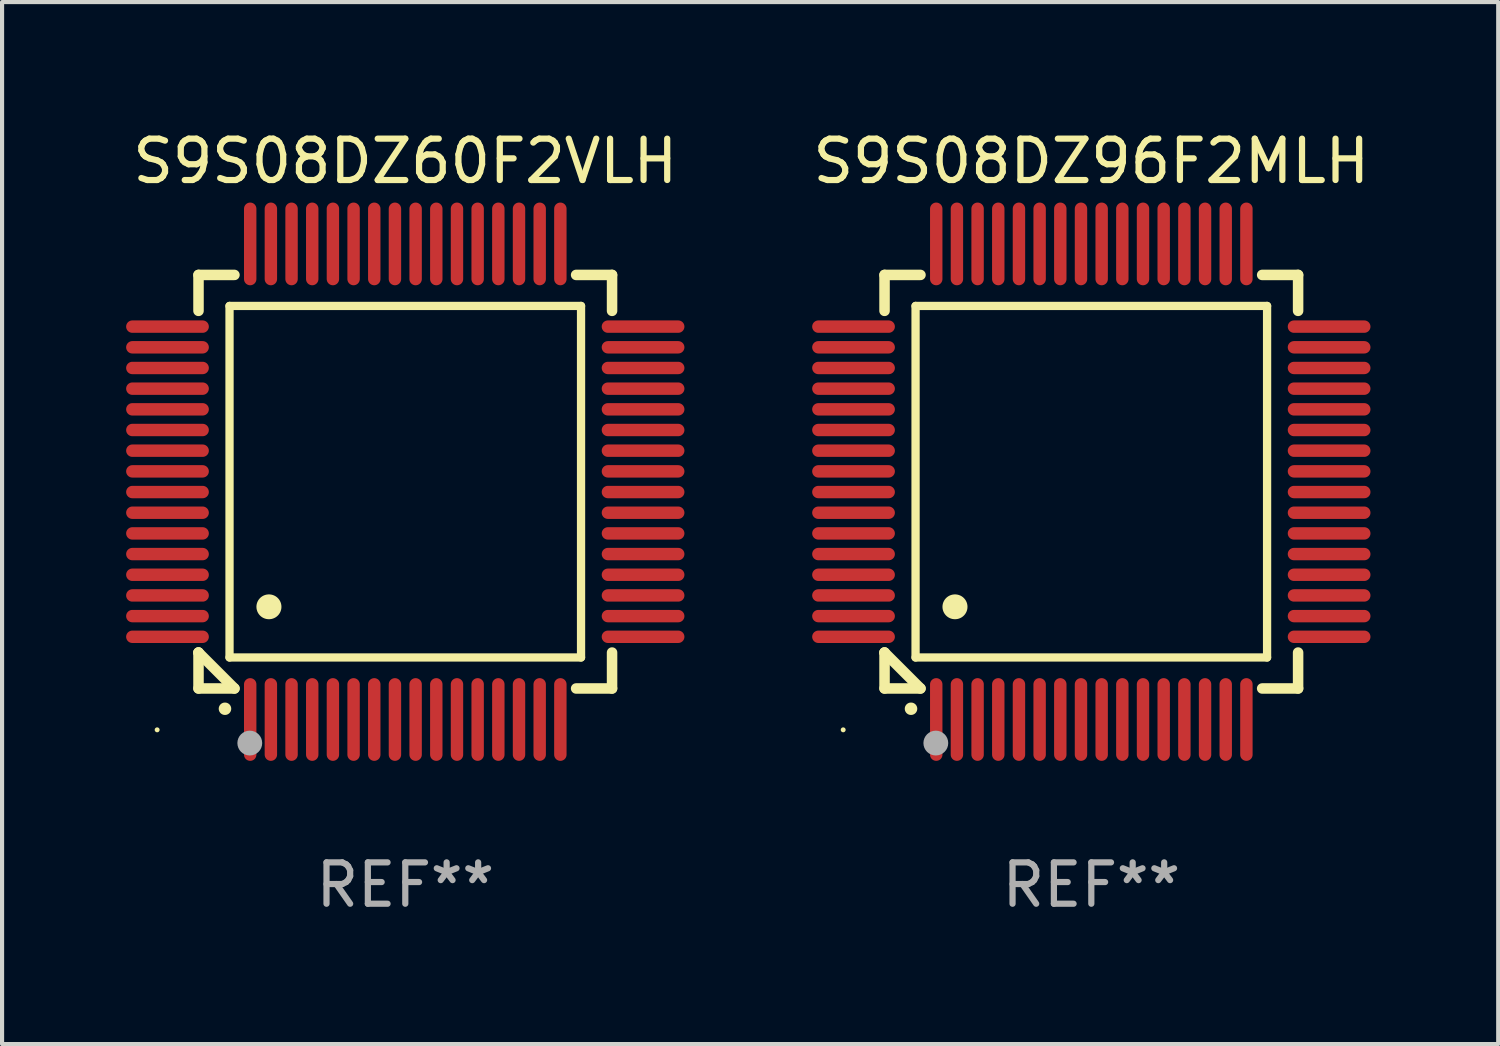
<source format=kicad_pcb>
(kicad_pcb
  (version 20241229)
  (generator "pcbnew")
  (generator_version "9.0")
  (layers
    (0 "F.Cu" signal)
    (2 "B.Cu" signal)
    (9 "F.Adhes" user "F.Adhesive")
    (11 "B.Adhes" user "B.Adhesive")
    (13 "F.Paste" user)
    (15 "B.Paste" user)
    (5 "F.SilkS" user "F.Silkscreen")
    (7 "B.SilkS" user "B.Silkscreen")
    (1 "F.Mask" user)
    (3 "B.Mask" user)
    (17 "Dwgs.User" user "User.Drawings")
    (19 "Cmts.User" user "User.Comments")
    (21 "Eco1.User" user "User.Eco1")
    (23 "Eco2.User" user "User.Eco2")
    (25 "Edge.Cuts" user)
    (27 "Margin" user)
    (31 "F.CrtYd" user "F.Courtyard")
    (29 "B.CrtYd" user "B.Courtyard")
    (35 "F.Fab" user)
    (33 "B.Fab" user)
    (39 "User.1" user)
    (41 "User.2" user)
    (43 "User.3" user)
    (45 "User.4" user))
  (footprint "S9S08DZ96F2MLH"
    (layer "F.Cu")
    (at 23.339 8.598)
    (property "Reference" "S9S08DZ96F2MLH" (at 0 -7.75 0) (layer "F.SilkS") (effects (font (size 1 1) (thickness 0.15))))
    (attr through_hole)
    (fp_line (start -5 -5) (end -4.131 -5) (stroke (width 0.254) (type solid)) (layer "F.SilkS"))
    (fp_line (start -5 -4.131) (end -5 -5) (stroke (width 0.254) (type solid)) (layer "F.SilkS"))
    (fp_line (start -5 4.131) (end -5 4.131) (stroke (width 0.254) (type solid)) (layer "F.SilkS"))
    (fp_line (start -5 5) (end -5 4.131) (stroke (width 0.254) (type solid)) (layer "F.SilkS"))
    (fp_line (start -5 4.131) (end -4.131 5) (stroke (width 0.254) (type solid)) (layer "F.SilkS"))
    (fp_line (start -4.25 -4.25) (end -4.25 4.25) (stroke (width 0.2) (type solid)) (layer "F.SilkS"))
    (fp_line (start -4.25 4.25) (end 4.25 4.25) (stroke (width 0.2) (type solid)) (layer "F.SilkS"))
    (fp_line (start -4.131 5) (end -5 5) (stroke (width 0.254) (type solid)) (layer "F.SilkS"))
    (fp_line (start 4.25 -4.25) (end -4.25 -4.25) (stroke (width 0.2) (type solid)) (layer "F.SilkS"))
    (fp_line (start 4.25 4.25) (end 4.25 -4.25) (stroke (width 0.2) (type solid)) (layer "F.SilkS"))
    (fp_line (start 5 -5) (end 4.131 -5) (stroke (width 0.254) (type solid)) (layer "F.SilkS"))
    (fp_line (start 5 -5) (end 5 -4.131) (stroke (width 0.254) (type solid)) (layer "F.SilkS"))
    (fp_line (start 5 4.131) (end 5 5) (stroke (width 0.254) (type solid)) (layer "F.SilkS"))
    (fp_line (start 5 5) (end 4.131 5) (stroke (width 0.254) (type solid)) (layer "F.SilkS"))
    (fp_arc (start -4.361265 5.489992) (mid -4.359995 5.489987) (end -4.358725 5.489992) (stroke (width 0.3) (type solid)) (layer "F.SilkS"))
    (fp_arc (start -3.299467 3.025146) (mid -3.296927 3.025135) (end -3.294387 3.025146) (stroke (width 0.6) (type solid)) (layer "F.SilkS"))
    (fp_circle (center -6 6) (end -5.97 6) (stroke (width 0.06) (type solid)) (fill no) (layer "F.SilkS"))
    (fp_circle (center -3.76 6.32) (end -3.61 6.32) (stroke (width 0.3) (type solid)) (fill no) (layer "F.Fab"))
    (fp_text user "REF**" (at 0 9.75 0) (layer "F.Fab") (effects (font (size 1 1) (thickness 0.15))))
    (pad "1" smd oval (at -3.75 5.75) (size 0.3 2) (layers "F.Cu" "F.Mask" "F.Paste"))
    (pad "2" smd oval (at -3.25 5.75) (size 0.3 2) (layers "F.Cu" "F.Mask" "F.Paste"))
    (pad "3" smd oval (at -2.75 5.75) (size 0.3 2) (layers "F.Cu" "F.Mask" "F.Paste"))
    (pad "4" smd oval (at -2.25 5.75) (size 0.3 2) (layers "F.Cu" "F.Mask" "F.Paste"))
    (pad "5" smd oval (at -1.75 5.75) (size 0.3 2) (layers "F.Cu" "F.Mask" "F.Paste"))
    (pad "6" smd oval (at -1.25 5.75) (size 0.3 2) (layers "F.Cu" "F.Mask" "F.Paste"))
    (pad "7" smd oval (at -0.75 5.75) (size 0.3 2) (layers "F.Cu" "F.Mask" "F.Paste"))
    (pad "8" smd oval (at -0.25 5.75) (size 0.3 2) (layers "F.Cu" "F.Mask" "F.Paste"))
    (pad "9" smd oval (at 0.25 5.75) (size 0.3 2) (layers "F.Cu" "F.Mask" "F.Paste"))
    (pad "10" smd oval (at 0.75 5.75) (size 0.3 2) (layers "F.Cu" "F.Mask" "F.Paste"))
    (pad "11" smd oval (at 1.25 5.75) (size 0.3 2) (layers "F.Cu" "F.Mask" "F.Paste"))
    (pad "12" smd oval (at 1.75 5.75) (size 0.3 2) (layers "F.Cu" "F.Mask" "F.Paste"))
    (pad "13" smd oval (at 2.25 5.75) (size 0.3 2) (layers "F.Cu" "F.Mask" "F.Paste"))
    (pad "14" smd oval (at 2.75 5.75) (size 0.3 2) (layers "F.Cu" "F.Mask" "F.Paste"))
    (pad "15" smd oval (at 3.25 5.75) (size 0.3 2) (layers "F.Cu" "F.Mask" "F.Paste"))
    (pad "16" smd oval (at 3.75 5.75) (size 0.3 2) (layers "F.Cu" "F.Mask" "F.Paste"))
    (pad "17" smd oval (at 5.75 3.75) (size 2 0.3) (layers "F.Cu" "F.Mask" "F.Paste"))
    (pad "18" smd oval (at 5.75 3.25) (size 2 0.3) (layers "F.Cu" "F.Mask" "F.Paste"))
    (pad "19" smd oval (at 5.75 2.75) (size 2 0.3) (layers "F.Cu" "F.Mask" "F.Paste"))
    (pad "20" smd oval (at 5.75 2.25) (size 2 0.3) (layers "F.Cu" "F.Mask" "F.Paste"))
    (pad "21" smd oval (at 5.75 1.75) (size 2 0.3) (layers "F.Cu" "F.Mask" "F.Paste"))
    (pad "22" smd oval (at 5.75 1.25) (size 2 0.3) (layers "F.Cu" "F.Mask" "F.Paste"))
    (pad "23" smd oval (at 5.75 0.75) (size 2 0.3) (layers "F.Cu" "F.Mask" "F.Paste"))
    (pad "24" smd oval (at 5.75 0.25) (size 2 0.3) (layers "F.Cu" "F.Mask" "F.Paste"))
    (pad "25" smd oval (at 5.75 -0.25) (size 2 0.3) (layers "F.Cu" "F.Mask" "F.Paste"))
    (pad "26" smd oval (at 5.75 -0.75) (size 2 0.3) (layers "F.Cu" "F.Mask" "F.Paste"))
    (pad "27" smd oval (at 5.75 -1.25) (size 2 0.3) (layers "F.Cu" "F.Mask" "F.Paste"))
    (pad "28" smd oval (at 5.75 -1.75) (size 2 0.3) (layers "F.Cu" "F.Mask" "F.Paste"))
    (pad "29" smd oval (at 5.75 -2.25) (size 2 0.3) (layers "F.Cu" "F.Mask" "F.Paste"))
    (pad "30" smd oval (at 5.75 -2.75) (size 2 0.3) (layers "F.Cu" "F.Mask" "F.Paste"))
    (pad "31" smd oval (at 5.75 -3.25) (size 2 0.3) (layers "F.Cu" "F.Mask" "F.Paste"))
    (pad "32" smd oval (at 5.75 -3.75) (size 2 0.3) (layers "F.Cu" "F.Mask" "F.Paste"))
    (pad "33" smd oval (at 3.75 -5.75) (size 0.3 2) (layers "F.Cu" "F.Mask" "F.Paste"))
    (pad "34" smd oval (at 3.25 -5.75) (size 0.3 2) (layers "F.Cu" "F.Mask" "F.Paste"))
    (pad "35" smd oval (at 2.75 -5.75) (size 0.3 2) (layers "F.Cu" "F.Mask" "F.Paste"))
    (pad "36" smd oval (at 2.25 -5.75) (size 0.3 2) (layers "F.Cu" "F.Mask" "F.Paste"))
    (pad "37" smd oval (at 1.75 -5.75) (size 0.3 2) (layers "F.Cu" "F.Mask" "F.Paste"))
    (pad "38" smd oval (at 1.25 -5.75) (size 0.3 2) (layers "F.Cu" "F.Mask" "F.Paste"))
    (pad "39" smd oval (at 0.75 -5.75) (size 0.3 2) (layers "F.Cu" "F.Mask" "F.Paste"))
    (pad "40" smd oval (at 0.25 -5.75) (size 0.3 2) (layers "F.Cu" "F.Mask" "F.Paste"))
    (pad "41" smd oval (at -0.25 -5.75) (size 0.3 2) (layers "F.Cu" "F.Mask" "F.Paste"))
    (pad "42" smd oval (at -0.75 -5.75) (size 0.3 2) (layers "F.Cu" "F.Mask" "F.Paste"))
    (pad "43" smd oval (at -1.25 -5.75) (size 0.3 2) (layers "F.Cu" "F.Mask" "F.Paste"))
    (pad "44" smd oval (at -1.75 -5.75) (size 0.3 2) (layers "F.Cu" "F.Mask" "F.Paste"))
    (pad "45" smd oval (at -2.25 -5.75) (size 0.3 2) (layers "F.Cu" "F.Mask" "F.Paste"))
    (pad "46" smd oval (at -2.75 -5.75) (size 0.3 2) (layers "F.Cu" "F.Mask" "F.Paste"))
    (pad "47" smd oval (at -3.25 -5.75) (size 0.3 2) (layers "F.Cu" "F.Mask" "F.Paste"))
    (pad "48" smd oval (at -3.75 -5.75) (size 0.3 2) (layers "F.Cu" "F.Mask" "F.Paste"))
    (pad "49" smd oval (at -5.75 -3.75) (size 2 0.3) (layers "F.Cu" "F.Mask" "F.Paste"))
    (pad "50" smd oval (at -5.75 -3.25) (size 2 0.3) (layers "F.Cu" "F.Mask" "F.Paste"))
    (pad "51" smd oval (at -5.75 -2.75) (size 2 0.3) (layers "F.Cu" "F.Mask" "F.Paste"))
    (pad "52" smd oval (at -5.75 -2.25) (size 2 0.3) (layers "F.Cu" "F.Mask" "F.Paste"))
    (pad "53" smd oval (at -5.75 -1.75) (size 2 0.3) (layers "F.Cu" "F.Mask" "F.Paste"))
    (pad "54" smd oval (at -5.75 -1.25) (size 2 0.3) (layers "F.Cu" "F.Mask" "F.Paste"))
    (pad "55" smd oval (at -5.75 -0.75) (size 2 0.3) (layers "F.Cu" "F.Mask" "F.Paste"))
    (pad "56" smd oval (at -5.75 -0.25) (size 2 0.3) (layers "F.Cu" "F.Mask" "F.Paste"))
    (pad "57" smd oval (at -5.75 0.25) (size 2 0.3) (layers "F.Cu" "F.Mask" "F.Paste"))
    (pad "58" smd oval (at -5.75 0.75) (size 2 0.3) (layers "F.Cu" "F.Mask" "F.Paste"))
    (pad "59" smd oval (at -5.75 1.25) (size 2 0.3) (layers "F.Cu" "F.Mask" "F.Paste"))
    (pad "60" smd oval (at -5.75 1.75) (size 2 0.3) (layers "F.Cu" "F.Mask" "F.Paste"))
    (pad "61" smd oval (at -5.75 2.25) (size 2 0.3) (layers "F.Cu" "F.Mask" "F.Paste"))
    (pad "62" smd oval (at -5.75 2.75) (size 2 0.3) (layers "F.Cu" "F.Mask" "F.Paste"))
    (pad "63" smd oval (at -5.75 3.25) (size 2 0.3) (layers "F.Cu" "F.Mask" "F.Paste"))
    (pad "64" smd oval (at -5.75 3.75) (size 2 0.3) (layers "F.Cu" "F.Mask" "F.Paste")))
  (footprint "S9S08DZ60F2VLH"
    (layer "F.Cu")
    (at 6.75 8.598)
    (property "Reference" "S9S08DZ60F2VLH" (at 0 -7.75 0) (layer "F.SilkS") (effects (font (size 1 1) (thickness 0.15))))
    (attr through_hole)
    (fp_line (start -5 -5) (end -4.131 -5) (stroke (width 0.254) (type solid)) (layer "F.SilkS"))
    (fp_line (start -5 -4.131) (end -5 -5) (stroke (width 0.254) (type solid)) (layer "F.SilkS"))
    (fp_line (start -5 4.131) (end -5 4.131) (stroke (width 0.254) (type solid)) (layer "F.SilkS"))
    (fp_line (start -5 5) (end -5 4.131) (stroke (width 0.254) (type solid)) (layer "F.SilkS"))
    (fp_line (start -5 4.131) (end -4.131 5) (stroke (width 0.254) (type solid)) (layer "F.SilkS"))
    (fp_line (start -4.25 -4.25) (end -4.25 4.25) (stroke (width 0.2) (type solid)) (layer "F.SilkS"))
    (fp_line (start -4.25 4.25) (end 4.25 4.25) (stroke (width 0.2) (type solid)) (layer "F.SilkS"))
    (fp_line (start -4.131 5) (end -5 5) (stroke (width 0.254) (type solid)) (layer "F.SilkS"))
    (fp_line (start 4.25 -4.25) (end -4.25 -4.25) (stroke (width 0.2) (type solid)) (layer "F.SilkS"))
    (fp_line (start 4.25 4.25) (end 4.25 -4.25) (stroke (width 0.2) (type solid)) (layer "F.SilkS"))
    (fp_line (start 5 -5) (end 4.131 -5) (stroke (width 0.254) (type solid)) (layer "F.SilkS"))
    (fp_line (start 5 -5) (end 5 -4.131) (stroke (width 0.254) (type solid)) (layer "F.SilkS"))
    (fp_line (start 5 4.131) (end 5 5) (stroke (width 0.254) (type solid)) (layer "F.SilkS"))
    (fp_line (start 5 5) (end 4.131 5) (stroke (width 0.254) (type solid)) (layer "F.SilkS"))
    (fp_arc (start -4.361265 5.489992) (mid -4.359995 5.489987) (end -4.358725 5.489992) (stroke (width 0.3) (type solid)) (layer "F.SilkS"))
    (fp_arc (start -3.299467 3.025146) (mid -3.296927 3.025135) (end -3.294387 3.025146) (stroke (width 0.6) (type solid)) (layer "F.SilkS"))
    (fp_circle (center -6 6) (end -5.97 6) (stroke (width 0.06) (type solid)) (fill no) (layer "F.SilkS"))
    (fp_circle (center -3.76 6.32) (end -3.61 6.32) (stroke (width 0.3) (type solid)) (fill no) (layer "F.Fab"))
    (fp_text user "REF**" (at 0 9.75 0) (layer "F.Fab") (effects (font (size 1 1) (thickness 0.15))))
    (pad "1" smd oval (at -3.75 5.75) (size 0.3 2) (layers "F.Cu" "F.Mask" "F.Paste"))
    (pad "2" smd oval (at -3.25 5.75) (size 0.3 2) (layers "F.Cu" "F.Mask" "F.Paste"))
    (pad "3" smd oval (at -2.75 5.75) (size 0.3 2) (layers "F.Cu" "F.Mask" "F.Paste"))
    (pad "4" smd oval (at -2.25 5.75) (size 0.3 2) (layers "F.Cu" "F.Mask" "F.Paste"))
    (pad "5" smd oval (at -1.75 5.75) (size 0.3 2) (layers "F.Cu" "F.Mask" "F.Paste"))
    (pad "6" smd oval (at -1.25 5.75) (size 0.3 2) (layers "F.Cu" "F.Mask" "F.Paste"))
    (pad "7" smd oval (at -0.75 5.75) (size 0.3 2) (layers "F.Cu" "F.Mask" "F.Paste"))
    (pad "8" smd oval (at -0.25 5.75) (size 0.3 2) (layers "F.Cu" "F.Mask" "F.Paste"))
    (pad "9" smd oval (at 0.25 5.75) (size 0.3 2) (layers "F.Cu" "F.Mask" "F.Paste"))
    (pad "10" smd oval (at 0.75 5.75) (size 0.3 2) (layers "F.Cu" "F.Mask" "F.Paste"))
    (pad "11" smd oval (at 1.25 5.75) (size 0.3 2) (layers "F.Cu" "F.Mask" "F.Paste"))
    (pad "12" smd oval (at 1.75 5.75) (size 0.3 2) (layers "F.Cu" "F.Mask" "F.Paste"))
    (pad "13" smd oval (at 2.25 5.75) (size 0.3 2) (layers "F.Cu" "F.Mask" "F.Paste"))
    (pad "14" smd oval (at 2.75 5.75) (size 0.3 2) (layers "F.Cu" "F.Mask" "F.Paste"))
    (pad "15" smd oval (at 3.25 5.75) (size 0.3 2) (layers "F.Cu" "F.Mask" "F.Paste"))
    (pad "16" smd oval (at 3.75 5.75) (size 0.3 2) (layers "F.Cu" "F.Mask" "F.Paste"))
    (pad "17" smd oval (at 5.75 3.75) (size 2 0.3) (layers "F.Cu" "F.Mask" "F.Paste"))
    (pad "18" smd oval (at 5.75 3.25) (size 2 0.3) (layers "F.Cu" "F.Mask" "F.Paste"))
    (pad "19" smd oval (at 5.75 2.75) (size 2 0.3) (layers "F.Cu" "F.Mask" "F.Paste"))
    (pad "20" smd oval (at 5.75 2.25) (size 2 0.3) (layers "F.Cu" "F.Mask" "F.Paste"))
    (pad "21" smd oval (at 5.75 1.75) (size 2 0.3) (layers "F.Cu" "F.Mask" "F.Paste"))
    (pad "22" smd oval (at 5.75 1.25) (size 2 0.3) (layers "F.Cu" "F.Mask" "F.Paste"))
    (pad "23" smd oval (at 5.75 0.75) (size 2 0.3) (layers "F.Cu" "F.Mask" "F.Paste"))
    (pad "24" smd oval (at 5.75 0.25) (size 2 0.3) (layers "F.Cu" "F.Mask" "F.Paste"))
    (pad "25" smd oval (at 5.75 -0.25) (size 2 0.3) (layers "F.Cu" "F.Mask" "F.Paste"))
    (pad "26" smd oval (at 5.75 -0.75) (size 2 0.3) (layers "F.Cu" "F.Mask" "F.Paste"))
    (pad "27" smd oval (at 5.75 -1.25) (size 2 0.3) (layers "F.Cu" "F.Mask" "F.Paste"))
    (pad "28" smd oval (at 5.75 -1.75) (size 2 0.3) (layers "F.Cu" "F.Mask" "F.Paste"))
    (pad "29" smd oval (at 5.75 -2.25) (size 2 0.3) (layers "F.Cu" "F.Mask" "F.Paste"))
    (pad "30" smd oval (at 5.75 -2.75) (size 2 0.3) (layers "F.Cu" "F.Mask" "F.Paste"))
    (pad "31" smd oval (at 5.75 -3.25) (size 2 0.3) (layers "F.Cu" "F.Mask" "F.Paste"))
    (pad "32" smd oval (at 5.75 -3.75) (size 2 0.3) (layers "F.Cu" "F.Mask" "F.Paste"))
    (pad "33" smd oval (at 3.75 -5.75) (size 0.3 2) (layers "F.Cu" "F.Mask" "F.Paste"))
    (pad "34" smd oval (at 3.25 -5.75) (size 0.3 2) (layers "F.Cu" "F.Mask" "F.Paste"))
    (pad "35" smd oval (at 2.75 -5.75) (size 0.3 2) (layers "F.Cu" "F.Mask" "F.Paste"))
    (pad "36" smd oval (at 2.25 -5.75) (size 0.3 2) (layers "F.Cu" "F.Mask" "F.Paste"))
    (pad "37" smd oval (at 1.75 -5.75) (size 0.3 2) (layers "F.Cu" "F.Mask" "F.Paste"))
    (pad "38" smd oval (at 1.25 -5.75) (size 0.3 2) (layers "F.Cu" "F.Mask" "F.Paste"))
    (pad "39" smd oval (at 0.75 -5.75) (size 0.3 2) (layers "F.Cu" "F.Mask" "F.Paste"))
    (pad "40" smd oval (at 0.25 -5.75) (size 0.3 2) (layers "F.Cu" "F.Mask" "F.Paste"))
    (pad "41" smd oval (at -0.25 -5.75) (size 0.3 2) (layers "F.Cu" "F.Mask" "F.Paste"))
    (pad "42" smd oval (at -0.75 -5.75) (size 0.3 2) (layers "F.Cu" "F.Mask" "F.Paste"))
    (pad "43" smd oval (at -1.25 -5.75) (size 0.3 2) (layers "F.Cu" "F.Mask" "F.Paste"))
    (pad "44" smd oval (at -1.75 -5.75) (size 0.3 2) (layers "F.Cu" "F.Mask" "F.Paste"))
    (pad "45" smd oval (at -2.25 -5.75) (size 0.3 2) (layers "F.Cu" "F.Mask" "F.Paste"))
    (pad "46" smd oval (at -2.75 -5.75) (size 0.3 2) (layers "F.Cu" "F.Mask" "F.Paste"))
    (pad "47" smd oval (at -3.25 -5.75) (size 0.3 2) (layers "F.Cu" "F.Mask" "F.Paste"))
    (pad "48" smd oval (at -3.75 -5.75) (size 0.3 2) (layers "F.Cu" "F.Mask" "F.Paste"))
    (pad "49" smd oval (at -5.75 -3.75) (size 2 0.3) (layers "F.Cu" "F.Mask" "F.Paste"))
    (pad "50" smd oval (at -5.75 -3.25) (size 2 0.3) (layers "F.Cu" "F.Mask" "F.Paste"))
    (pad "51" smd oval (at -5.75 -2.75) (size 2 0.3) (layers "F.Cu" "F.Mask" "F.Paste"))
    (pad "52" smd oval (at -5.75 -2.25) (size 2 0.3) (layers "F.Cu" "F.Mask" "F.Paste"))
    (pad "53" smd oval (at -5.75 -1.75) (size 2 0.3) (layers "F.Cu" "F.Mask" "F.Paste"))
    (pad "54" smd oval (at -5.75 -1.25) (size 2 0.3) (layers "F.Cu" "F.Mask" "F.Paste"))
    (pad "55" smd oval (at -5.75 -0.75) (size 2 0.3) (layers "F.Cu" "F.Mask" "F.Paste"))
    (pad "56" smd oval (at -5.75 -0.25) (size 2 0.3) (layers "F.Cu" "F.Mask" "F.Paste"))
    (pad "57" smd oval (at -5.75 0.25) (size 2 0.3) (layers "F.Cu" "F.Mask" "F.Paste"))
    (pad "58" smd oval (at -5.75 0.75) (size 2 0.3) (layers "F.Cu" "F.Mask" "F.Paste"))
    (pad "59" smd oval (at -5.75 1.25) (size 2 0.3) (layers "F.Cu" "F.Mask" "F.Paste"))
    (pad "60" smd oval (at -5.75 1.75) (size 2 0.3) (layers "F.Cu" "F.Mask" "F.Paste"))
    (pad "61" smd oval (at -5.75 2.25) (size 2 0.3) (layers "F.Cu" "F.Mask" "F.Paste"))
    (pad "62" smd oval (at -5.75 2.75) (size 2 0.3) (layers "F.Cu" "F.Mask" "F.Paste"))
    (pad "63" smd oval (at -5.75 3.25) (size 2 0.3) (layers "F.Cu" "F.Mask" "F.Paste"))
    (pad "64" smd oval (at -5.75 3.75) (size 2 0.3) (layers "F.Cu" "F.Mask" "F.Paste")))
  (gr_rect
    (start -3 -3)
    (end 33.178 22.196)
    (stroke (width 0.1) (type default))
    (fill no)
    (layer "Edge.Cuts")))
</source>
